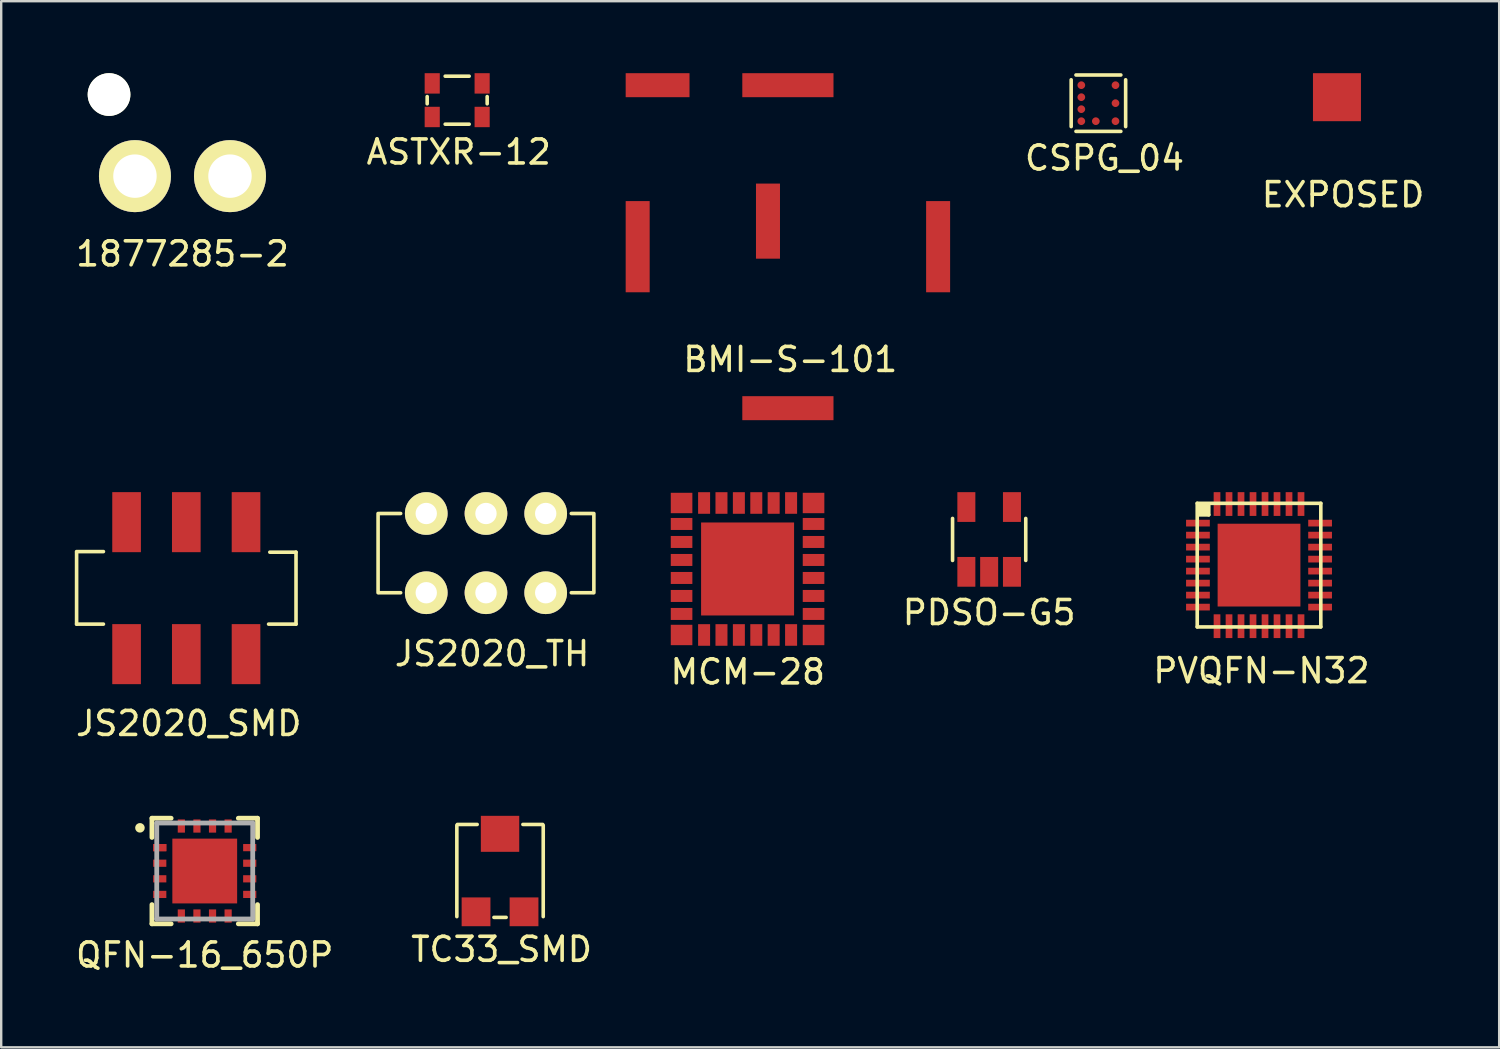
<source format=kicad_pcb>
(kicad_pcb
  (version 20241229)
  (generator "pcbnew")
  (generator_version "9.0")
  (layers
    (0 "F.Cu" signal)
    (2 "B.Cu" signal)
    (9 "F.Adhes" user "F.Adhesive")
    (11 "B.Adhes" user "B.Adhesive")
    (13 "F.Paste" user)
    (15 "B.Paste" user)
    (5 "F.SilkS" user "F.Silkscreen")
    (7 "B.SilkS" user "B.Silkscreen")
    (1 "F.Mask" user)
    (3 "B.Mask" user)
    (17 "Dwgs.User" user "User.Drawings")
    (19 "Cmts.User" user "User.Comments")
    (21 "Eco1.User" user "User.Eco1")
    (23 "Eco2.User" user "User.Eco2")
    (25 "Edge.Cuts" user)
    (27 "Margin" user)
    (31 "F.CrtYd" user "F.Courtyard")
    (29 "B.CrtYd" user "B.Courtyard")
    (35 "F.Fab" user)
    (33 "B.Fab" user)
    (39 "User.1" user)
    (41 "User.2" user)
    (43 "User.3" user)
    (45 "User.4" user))
  (footprint "EXPOSED"
    (layer "F.Cu")
    (at 52.665 1)
    (property "Reference" "EXPOSED" (at 0.254 4.064 0) (layer "F.SilkS") (effects (font (size 1 1) (thickness 0.15))))
    (attr through_hole)
    (pad "1" smd rect (at 0 0) (size 2 2) (layers "F.Cu" "F.Mask")))
  (footprint "1877285-2"
    (layer "F.Cu")
    (at 4.554 4.29)
    (property "Reference" "1877285-2" (at 0 3.239 0) (layer "F.SilkS") (effects (font (size 1 1) (thickness 0.15))))
    (attr through_hole)
    (pad "" np_thru_hole circle (at -3.06 -3.4) (size 1.78 1.78) (drill 1.78) (layers "*.Cu" "*.Mask" "F.SilkS"))
    (pad "1" thru_hole circle (at -1.98 0) (size 3 3) (drill 1.81) (layers "*.Cu" "*.Mask" "F.SilkS"))
    (pad "2" thru_hole circle (at 1.98 0) (size 3 3) (drill 1.81) (layers "*.Cu" "*.Mask" "F.SilkS")))
  (footprint "JS2020_TH"
    (layer "F.Cu")
    (at 17.202 20)
    (property "Reference" "JS2020_TH" (at 0.254 4.191 0) (layer "F.SilkS") (effects (font (size 1 1) (thickness 0.15))))
    (attr through_hole)
    (fp_line (start -4.496 -1.651) (end -4.496 1.651) (stroke (width 0.15) (type solid)) (layer "F.SilkS"))
    (fp_line (start -3.556 -1.651) (end -4.445 -1.651) (stroke (width 0.15) (type solid)) (layer "F.SilkS"))
    (fp_line (start -3.556 1.651) (end -4.445 1.651) (stroke (width 0.15) (type solid)) (layer "F.SilkS"))
    (fp_line (start 3.556 -1.651) (end 4.445 -1.651) (stroke (width 0.15) (type solid)) (layer "F.SilkS"))
    (fp_line (start 3.556 1.651) (end 4.445 1.651) (stroke (width 0.15) (type solid)) (layer "F.SilkS"))
    (fp_line (start 4.496 -1.651) (end 4.496 1.651) (stroke (width 0.15) (type solid)) (layer "F.SilkS"))
    (pad "1" thru_hole circle (at -2.489 1.651) (size 1.778 1.778) (drill 0.889) (layers "*.Cu" "*.Mask" "F.SilkS"))
    (pad "2" thru_hole circle (at 0 1.651) (size 1.778 1.778) (drill 0.889) (layers "*.Cu" "*.Mask" "F.SilkS"))
    (pad "3" thru_hole circle (at 2.489 1.651) (size 1.778 1.778) (drill 0.889) (layers "*.Cu" "*.Mask" "F.SilkS"))
    (pad "4" thru_hole circle (at -2.489 -1.651) (size 1.778 1.778) (drill 0.889) (layers "*.Cu" "*.Mask" "F.SilkS"))
    (pad "5" thru_hole circle (at 0 -1.651) (size 1.778 1.778) (drill 0.889) (layers "*.Cu" "*.Mask" "F.SilkS"))
    (pad "6" thru_hole circle (at 2.489 -1.651) (size 1.778 1.778) (drill 0.889) (layers "*.Cu" "*.Mask" "F.SilkS")))
  (footprint "TC33_SMD"
    (layer "F.Cu")
    (at 17.788 33.148)
    (property "Reference" "TC33_SMD" (at 0.064 3.365 0) (layer "F.SilkS") (effects (font (size 1 1) (thickness 0.15))))
    (attr through_hole)
    (fp_line (start -1.8 2) (end -1.8 -1.8) (stroke (width 0.15) (type solid)) (layer "F.SilkS"))
    (fp_line (start -0.953 -1.841) (end -1.778 -1.841) (stroke (width 0.15) (type solid)) (layer "F.SilkS"))
    (fp_line (start -0.254 2.032) (end 0.254 2.032) (stroke (width 0.15) (type solid)) (layer "F.SilkS"))
    (fp_line (start 0.953 -1.841) (end 1.778 -1.841) (stroke (width 0.15) (type solid)) (layer "F.SilkS"))
    (fp_line (start 1.8 2) (end 1.8 -1.8) (stroke (width 0.15) (type solid)) (layer "F.SilkS"))
    (pad "1" smd rect (at -1 1.8) (size 1.2 1.2) (layers "F.Cu" "F.Mask" "F.Paste"))
    (pad "2" smd rect (at 0 -1.45) (size 1.6 1.5) (layers "F.Cu" "F.Mask" "F.Paste"))
    (pad "3" smd rect (at 1 1.8) (size 1.2 1.2) (layers "F.Cu" "F.Mask" "F.Paste")))
  (footprint "PVQFN-N32"
    (layer "F.Cu")
    (at 49.417 20.5)
    (property "Reference" "PVQFN-N32" (at 0.1 4.4 0) (layer "F.SilkS") (effects (font (size 1 1) (thickness 0.15))))
    (attr through_hole)
    (fp_line (start -2.575 -2.575) (end -2.575 2.575) (stroke (width 0.15) (type solid)) (layer "F.SilkS"))
    (fp_line (start -2.575 -2.575) (end 2.575 -2.575) (stroke (width 0.15) (type solid)) (layer "F.SilkS"))
    (fp_line (start -2.575 2.575) (end 2.575 2.575) (stroke (width 0.15) (type solid)) (layer "F.SilkS"))
    (fp_line (start -2.477 -2.54) (end -2.477 -2.159) (stroke (width 0.15) (type solid)) (layer "F.SilkS"))
    (fp_line (start -2.477 -2.159) (end -2.223 -2.159) (stroke (width 0.15) (type solid)) (layer "F.SilkS"))
    (fp_line (start -2.349 -2.477) (end -2.349 -2.223) (stroke (width 0.15) (type solid)) (layer "F.SilkS"))
    (fp_line (start -2.223 -2.477) (end -2.349 -2.477) (stroke (width 0.15) (type solid)) (layer "F.SilkS"))
    (fp_line (start -2.223 -2.159) (end -2.223 -2.477) (stroke (width 0.15) (type solid)) (layer "F.SilkS"))
    (fp_line (start -2.095 -2.54) (end -2.095 -2.095) (stroke (width 0.15) (type solid)) (layer "F.SilkS"))
    (fp_line (start -2.095 -2.095) (end -2.54 -2.095) (stroke (width 0.15) (type solid)) (layer "F.SilkS"))
    (fp_line (start 2.575 -2.575) (end 2.575 2.575) (stroke (width 0.15) (type solid)) (layer "F.SilkS"))
    (pad "1" smd rect (at -2.545 -1.75) (size 0.99 0.28) (layers "F.Cu" "F.Mask" "F.Paste"))
    (pad "1" smd rect (at 0.875 0.875) (size 1.524 1.524) (layers "F.Cu" "F.Paste"))
    (pad "2" smd rect (at -2.545 -1.25) (size 0.99 0.28) (layers "F.Cu" "F.Mask" "F.Paste"))
    (pad "3" smd rect (at -2.545 -0.75) (size 0.99 0.28) (layers "F.Cu" "F.Mask" "F.Paste"))
    (pad "4" smd rect (at -2.545 -0.25) (size 0.99 0.28) (layers "F.Cu" "F.Mask" "F.Paste"))
    (pad "5" smd rect (at -2.545 0.25) (size 0.99 0.28) (layers "F.Cu" "F.Mask" "F.Paste"))
    (pad "6" smd rect (at -2.545 0.75) (size 0.99 0.28) (layers "F.Cu" "F.Mask" "F.Paste"))
    (pad "7" smd rect (at -2.545 1.25) (size 0.99 0.28) (layers "F.Cu" "F.Mask" "F.Paste"))
    (pad "8" smd rect (at -2.545 1.75) (size 0.99 0.28) (layers "F.Cu" "F.Mask" "F.Paste"))
    (pad "9" smd rect (at -1.75 2.545) (size 0.28 0.99) (layers "F.Cu" "F.Mask" "F.Paste"))
    (pad "10" smd rect (at -1.25 2.545) (size 0.28 0.99) (layers "F.Cu" "F.Mask" "F.Paste"))
    (pad "11" smd rect (at -0.75 2.545) (size 0.28 0.99) (layers "F.Cu" "F.Mask" "F.Paste"))
    (pad "12" smd rect (at -0.25 2.545) (size 0.28 0.99) (layers "F.Cu" "F.Mask" "F.Paste"))
    (pad "13" smd rect (at 0.25 2.545) (size 0.28 0.99) (layers "F.Cu" "F.Mask" "F.Paste"))
    (pad "14" smd rect (at 0.75 2.545) (size 0.28 0.99) (layers "F.Cu" "F.Mask" "F.Paste"))
    (pad "15" smd rect (at 1.25 2.545) (size 0.28 0.99) (layers "F.Cu" "F.Mask" "F.Paste"))
    (pad "16" smd rect (at 1.75 2.545) (size 0.28 0.99) (layers "F.Cu" "F.Mask" "F.Paste"))
    (pad "17" smd rect (at 2.545 1.75) (size 0.99 0.28) (layers "F.Cu" "F.Mask" "F.Paste"))
    (pad "18" smd rect (at 2.545 1.25) (size 0.99 0.28) (layers "F.Cu" "F.Mask" "F.Paste"))
    (pad "19" smd rect (at 2.545 0.75) (size 0.99 0.28) (layers "F.Cu" "F.Mask" "F.Paste"))
    (pad "20" smd rect (at 2.545 0.25) (size 0.99 0.28) (layers "F.Cu" "F.Mask" "F.Paste"))
    (pad "21" smd rect (at 2.545 -0.25) (size 0.99 0.28) (layers "F.Cu" "F.Mask" "F.Paste"))
    (pad "22" smd rect (at 2.545 -0.75) (size 0.99 0.28) (layers "F.Cu" "F.Mask" "F.Paste"))
    (pad "23" smd rect (at 2.545 -1.25) (size 0.99 0.28) (layers "F.Cu" "F.Mask" "F.Paste"))
    (pad "24" smd rect (at 2.545 -1.75) (size 0.99 0.28) (layers "F.Cu" "F.Mask" "F.Paste"))
    (pad "25" smd rect (at 1.75 -2.545) (size 0.28 0.99) (layers "F.Cu" "F.Mask" "F.Paste"))
    (pad "26" smd rect (at 1.25 -2.545) (size 0.28 0.99) (layers "F.Cu" "F.Mask" "F.Paste"))
    (pad "27" smd rect (at 0.75 -2.545) (size 0.28 0.99) (layers "F.Cu" "F.Mask" "F.Paste"))
    (pad "28" smd rect (at 0.25 -2.545) (size 0.28 0.99) (layers "F.Cu" "F.Mask" "F.Paste"))
    (pad "29" smd rect (at -0.25 -2.545) (size 0.28 0.99) (layers "F.Cu" "F.Mask" "F.Paste"))
    (pad "30" smd rect (at -0.75 -2.545) (size 0.28 0.99) (layers "F.Cu" "F.Mask" "F.Paste"))
    (pad "31" smd rect (at -1.25 -2.545) (size 0.28 0.99) (layers "F.Cu" "F.Mask" "F.Paste"))
    (pad "32" smd rect (at -1.75 -2.545) (size 0.28 0.99) (layers "F.Cu" "F.Mask" "F.Paste"))
    (pad "33" smd rect (at 0 0) (size 3.45 3.45) (layers "F.Cu")))
  (footprint "QFN-16_650P"
    (layer "F.Cu")
    (at 5.482 33.248)
    (property "Reference" "QFN-16_650P" (at 0 3.5 0) (layer "F.SilkS") (effects (font (size 1 1) (thickness 0.15))))
    (attr through_hole)
    (fp_line (start -2.2 -2.2) (end -2.2 -1.4) (stroke (width 0.2) (type solid)) (layer "F.SilkS"))
    (fp_line (start -2.2 2.2) (end -2.2 1.4) (stroke (width 0.2) (type solid)) (layer "F.SilkS"))
    (fp_line (start -1.4 -2.2) (end -2.2 -2.2) (stroke (width 0.2) (type solid)) (layer "F.SilkS"))
    (fp_line (start -1.4 2.2) (end -2.2 2.2) (stroke (width 0.2) (type solid)) (layer "F.SilkS"))
    (fp_line (start 1.4 -2.2) (end 2.2 -2.2) (stroke (width 0.2) (type solid)) (layer "F.SilkS"))
    (fp_line (start 1.4 2.2) (end 2.2 2.2) (stroke (width 0.2) (type solid)) (layer "F.SilkS"))
    (fp_line (start 2.2 -2.2) (end 2.2 -1.4) (stroke (width 0.2) (type solid)) (layer "F.SilkS"))
    (fp_line (start 2.2 2.2) (end 2.2 1.4) (stroke (width 0.2) (type solid)) (layer "F.SilkS"))
    (fp_circle (center -2.7 -1.8) (end -2.8 -1.8) (stroke (width 0.2) (type solid)) (fill no) (layer "F.SilkS"))
    (fp_line (start -2 -2) (end 2 -2) (stroke (width 0.2) (type solid)) (layer "F.Fab"))
    (fp_line (start -2 2) (end -2 -2) (stroke (width 0.2) (type solid)) (layer "F.Fab"))
    (fp_line (start 2 -2) (end 2 2) (stroke (width 0.2) (type solid)) (layer "F.Fab"))
    (fp_line (start 2 2) (end -2 2) (stroke (width 0.2) (type solid)) (layer "F.Fab"))
    (pad "1" smd rect (at -1.875 -0.975) (size 0.55 0.3) (layers "F.Cu" "F.Mask" "F.Paste"))
    (pad "1" smd rect (at -1.875 -0.975) (size 0.55 0.3) (layers "F.Cu" "F.Mask" "F.Paste"))
    (pad "2" smd rect (at -1.875 -0.325) (size 0.55 0.3) (layers "F.Cu" "F.Mask" "F.Paste"))
    (pad "3" smd rect (at -1.875 0.325) (size 0.55 0.3) (layers "F.Cu" "F.Mask" "F.Paste"))
    (pad "4" smd rect (at -1.875 0.975) (size 0.55 0.3) (layers "F.Cu" "F.Mask" "F.Paste"))
    (pad "5" smd rect (at -0.975 1.875 90) (size 0.55 0.3) (layers "F.Cu" "F.Mask" "F.Paste"))
    (pad "6" smd rect (at -0.325 1.875 90) (size 0.55 0.3) (layers "F.Cu" "F.Mask" "F.Paste"))
    (pad "7" smd rect (at 0.325 1.875 90) (size 0.55 0.3) (layers "F.Cu" "F.Mask" "F.Paste"))
    (pad "8" smd rect (at 0.975 1.875 90) (size 0.55 0.3) (layers "F.Cu" "F.Mask" "F.Paste"))
    (pad "9" smd rect (at 1.875 0.975) (size 0.55 0.3) (layers "F.Cu" "F.Mask" "F.Paste"))
    (pad "10" smd rect (at 1.875 0.325) (size 0.55 0.3) (layers "F.Cu" "F.Mask" "F.Paste"))
    (pad "11" smd rect (at 1.875 -0.325) (size 0.55 0.3) (layers "F.Cu" "F.Mask" "F.Paste"))
    (pad "12" smd rect (at 1.875 -0.975) (size 0.55 0.3) (layers "F.Cu" "F.Mask" "F.Paste"))
    (pad "13" smd rect (at 0.975 -1.875 90) (size 0.55 0.3) (layers "F.Cu" "F.Mask" "F.Paste"))
    (pad "14" smd rect (at 0.325 -1.875 90) (size 0.55 0.3) (layers "F.Cu" "F.Mask" "F.Paste"))
    (pad "15" smd rect (at -0.325 -1.875 90) (size 0.55 0.3) (layers "F.Cu" "F.Mask" "F.Paste"))
    (pad "16" smd rect (at -0.975 -1.875 90) (size 0.55 0.3) (layers "F.Cu" "F.Mask" "F.Paste"))
    (pad "17" smd rect (at 0 0 90) (size 2.7 2.7) (layers "F.Cu" "F.Mask" "F.Paste")))
  (footprint "ASTXR-12"
    (layer "F.Cu")
    (at 16.002 1.125)
    (property "Reference" "ASTXR-12" (at 0.064 2.159 0) (layer "F.SilkS") (effects (font (size 1 1) (thickness 0.15))))
    (attr through_hole)
    (fp_line (start -1.25 0.15) (end -1.25 -0.15) (stroke (width 0.15) (type solid)) (layer "F.SilkS"))
    (fp_line (start -0.5 -1) (end 0.5 -1) (stroke (width 0.15) (type solid)) (layer "F.SilkS"))
    (fp_line (start -0.5 1) (end 0.5 1) (stroke (width 0.15) (type solid)) (layer "F.SilkS"))
    (fp_line (start 1.25 0.15) (end 1.25 -0.15) (stroke (width 0.15) (type solid)) (layer "F.SilkS"))
    (pad "1" smd rect (at -1.04 0.7) (size 0.63 0.85) (layers "F.Cu" "F.Mask" "F.Paste"))
    (pad "3" smd rect (at 1.04 0.7) (size 0.63 0.85) (layers "F.Cu" "F.Mask" "F.Paste"))
    (pad "4" smd rect (at 1.04 -0.7) (size 0.63 0.85) (layers "F.Cu" "F.Mask" "F.Paste"))
    (pad "6" smd rect (at -1.04 -0.7) (size 0.63 0.85) (layers "F.Cu" "F.Mask" "F.Paste")))
  (footprint "PDSO-G5"
    (layer "F.Cu")
    (at 38.171 19.43)
    (property "Reference" "PDSO-G5" (at 0 3.048 0) (layer "F.SilkS") (effects (font (size 1 1) (thickness 0.15))))
    (attr through_hole)
    (fp_line (start -1.525 -0.875) (end -1.525 0.875) (stroke (width 0.15) (type solid)) (layer "F.SilkS"))
    (fp_line (start 1.525 -0.875) (end 1.525 0.875) (stroke (width 0.15) (type solid)) (layer "F.SilkS"))
    (pad "1" smd rect (at -0.95 1.35) (size 0.75 1.24) (layers "F.Cu" "F.Mask" "F.Paste"))
    (pad "2" smd rect (at 0 1.35) (size 0.75 1.24) (layers "F.Cu" "F.Mask" "F.Paste"))
    (pad "2" smd rect (at 0.95 -1.35) (size 0.75 1.24) (layers "F.Cu" "F.Mask" "F.Paste"))
    (pad "3" smd rect (at 0.95 1.35) (size 0.75 1.24) (layers "F.Cu" "F.Mask" "F.Paste"))
    (pad "4" smd rect (at -0.95 -1.35) (size 0.75 1.24) (layers "F.Cu" "F.Mask" "F.Paste")))
  (footprint "MCM-28"
    (layer "F.Cu")
    (at 28.133 20.68)
    (property "Reference" "MCM-28" (at -0.021 4.271 180) (layer "F.SilkS") (effects (font (size 1 1) (thickness 0.15))))
    (attr through_hole)
    (pad "1" smd rect (at -2.78 -2.769) (size 0.9 0.85) (layers "F.Cu" "F.Mask" "F.Paste"))
    (pad "2" smd rect (at -2.78 -1.895 90) (size 0.5 0.9) (layers "F.Cu" "F.Mask" "F.Paste"))
    (pad "3" smd rect (at -2.78 -1.145 90) (size 0.5 0.9) (layers "F.Cu" "F.Mask" "F.Paste"))
    (pad "4" smd rect (at -2.78 -0.395 90) (size 0.5 0.9) (layers "F.Cu" "F.Mask" "F.Paste"))
    (pad "5" smd rect (at -2.78 0.355 90) (size 0.5 0.9) (layers "F.Cu" "F.Mask" "F.Paste"))
    (pad "6" smd rect (at -2.78 1.105 90) (size 0.5 0.9) (layers "F.Cu" "F.Mask" "F.Paste"))
    (pad "7" smd rect (at -2.78 1.855 90) (size 0.5 0.9) (layers "F.Cu" "F.Mask" "F.Paste"))
    (pad "8" smd rect (at -2.78 2.731) (size 0.9 0.85) (layers "F.Cu" "F.Mask" "F.Paste"))
    (pad "9" smd rect (at -1.841 2.731) (size 0.5 0.9) (layers "F.Cu" "F.Mask" "F.Paste"))
    (pad "10" smd rect (at -1.117 2.731) (size 0.5 0.9) (layers "F.Cu" "F.Mask" "F.Paste"))
    (pad "11" smd rect (at -0.392 2.731) (size 0.5 0.9) (layers "F.Cu" "F.Mask" "F.Paste"))
    (pad "12" smd rect (at 0.334 2.731) (size 0.5 0.9) (layers "F.Cu" "F.Mask" "F.Paste"))
    (pad "13" smd rect (at 1.058 2.731) (size 0.5 0.9) (layers "F.Cu" "F.Mask" "F.Paste"))
    (pad "14" smd rect (at 1.784 2.731) (size 0.5 0.9) (layers "F.Cu" "F.Mask" "F.Paste"))
    (pad "15" smd rect (at 2.72 2.731) (size 0.9 0.85) (layers "F.Cu" "F.Mask" "F.Paste"))
    (pad "16" smd rect (at 2.72 1.855 90) (size 0.5 0.9) (layers "F.Cu" "F.Mask" "F.Paste"))
    (pad "17" smd rect (at 2.72 1.105 90) (size 0.5 0.9) (layers "F.Cu" "F.Mask" "F.Paste"))
    (pad "18" smd rect (at 2.72 0.355 90) (size 0.5 0.9) (layers "F.Cu" "F.Mask" "F.Paste"))
    (pad "19" smd rect (at 2.72 -0.395 90) (size 0.5 0.9) (layers "F.Cu" "F.Mask" "F.Paste"))
    (pad "20" smd rect (at 2.72 -1.145 90) (size 0.5 0.9) (layers "F.Cu" "F.Mask" "F.Paste"))
    (pad "21" smd rect (at 2.72 -1.895 90) (size 0.5 0.9) (layers "F.Cu" "F.Mask" "F.Paste"))
    (pad "22" smd rect (at 2.72 -2.769) (size 0.9 0.85) (layers "F.Cu" "F.Mask" "F.Paste"))
    (pad "23" smd rect (at 1.784 -2.769) (size 0.5 0.9) (layers "F.Cu" "F.Mask" "F.Paste"))
    (pad "24" smd rect (at 1.058 -2.769) (size 0.5 0.9) (layers "F.Cu" "F.Mask" "F.Paste"))
    (pad "25" smd rect (at 0.334 -2.769) (size 0.5 0.9) (layers "F.Cu" "F.Mask" "F.Paste"))
    (pad "26" smd rect (at -0.392 -2.769) (size 0.5 0.9) (layers "F.Cu" "F.Mask" "F.Paste"))
    (pad "27" smd rect (at -1.117 -2.769) (size 0.5 0.9) (layers "F.Cu" "F.Mask" "F.Paste"))
    (pad "28" smd rect (at -1.841 -2.769) (size 0.5 0.9) (layers "F.Cu" "F.Mask" "F.Paste"))
    (pad "29" smd rect (at -0.029 -0.019) (size 3.875 3.875) (layers "F.Cu" "F.Mask" "F.Paste")))
  (footprint "JS2020_SMD"
    (layer "F.Cu")
    (at 4.714 21.46)
    (property "Reference" "JS2020_SMD" (at 0.102 5.639 0) (layer "F.SilkS") (effects (font (size 1 1) (thickness 0.15))))
    (attr through_hole)
    (fp_line (start -4.572 -1.524) (end -3.454 -1.524) (stroke (width 0.15) (type solid)) (layer "F.SilkS"))
    (fp_line (start -4.572 -1.499) (end -4.572 1.499) (stroke (width 0.15) (type solid)) (layer "F.SilkS"))
    (fp_line (start -4.572 1.499) (end -3.454 1.499) (stroke (width 0.15) (type solid)) (layer "F.SilkS"))
    (fp_line (start 4.572 -1.499) (end 3.48 -1.499) (stroke (width 0.15) (type solid)) (layer "F.SilkS"))
    (fp_line (start 4.572 -1.499) (end 4.572 1.499) (stroke (width 0.15) (type solid)) (layer "F.SilkS"))
    (fp_line (start 4.572 1.499) (end 3.429 1.499) (stroke (width 0.15) (type solid)) (layer "F.SilkS"))
    (pad "1" smd rect (at -2.489 2.75) (size 1.194 2.502) (layers "F.Cu" "F.Mask" "F.Paste"))
    (pad "2" smd rect (at 0 2.75) (size 1.194 2.502) (layers "F.Cu" "F.Mask" "F.Paste"))
    (pad "3" smd rect (at 2.489 2.75) (size 1.194 2.502) (layers "F.Cu" "F.Mask" "F.Paste"))
    (pad "4" smd rect (at -2.489 -2.75) (size 1.194 2.502) (layers "F.Cu" "F.Mask" "F.Paste"))
    (pad "5" smd rect (at 0 -2.75) (size 1.194 2.502) (layers "F.Cu" "F.Mask" "F.Paste"))
    (pad "6" smd rect (at 2.489 -2.75) (size 1.194 2.502) (layers "F.Cu" "F.Mask" "F.Paste")))
  (footprint "BMI-S-101"
    (layer "F.Cu")
    (at 29.784 7.23)
    (property "Reference" "BMI-S-101" (at 0.1 4.7 0) (layer "F.SilkS") (effects (font (size 1 1) (thickness 0.15))))
    (attr through_hole)
    (pad "1" smd rect (at -5.43 -6.73) (size 2.66 1) (layers "F.Cu" "F.Mask" "F.Paste"))
    (pad "2" smd rect (at -0.83 -1.065) (size 1 3.13) (layers "F.Cu" "F.Mask" "F.Paste"))
    (pad "3" smd rect (at -6.26 0) (size 1 3.8) (layers "F.Cu" "F.Mask" "F.Paste"))
    (pad "3" smd rect (at 0 -6.73) (size 3.8 1) (layers "F.Cu" "F.Mask" "F.Paste"))
    (pad "3" smd rect (at 0 6.73) (size 3.8 1) (layers "F.Cu" "F.Mask" "F.Paste"))
    (pad "3" smd rect (at 6.26 0) (size 1 3.8) (layers "F.Cu" "F.Mask" "F.Paste")))
  (footprint "CSPG_04"
    (layer "F.Cu")
    (at 42.724 1.25)
    (property "Reference" "CSPG_04" (at 0.254 2.286 0) (layer "F.SilkS") (effects (font (size 1 1) (thickness 0.15))))
    (attr through_hole)
    (fp_line (start -1.135 -0.975) (end -1.135 0.975) (stroke (width 0.15) (type solid)) (layer "F.SilkS"))
    (fp_line (start -0.935 -1.175) (end 0.935 -1.175) (stroke (width 0.15) (type solid)) (layer "F.SilkS"))
    (fp_line (start -0.935 1.175) (end 0.935 1.175) (stroke (width 0.15) (type solid)) (layer "F.SilkS"))
    (fp_line (start 1.135 -0.975) (end 1.135 0.975) (stroke (width 0.15) (type solid)) (layer "F.SilkS"))
    (pad "A1" smd circle (at 0.712 -0.75) (size 0.32 0.32) (layers "F.Cu" "F.Mask" "F.Paste"))
    (pad "A3" smd circle (at -0.712 -0.75) (size 0.32 0.32) (layers "F.Cu" "F.Mask" "F.Paste"))
    (pad "B3" smd circle (at -0.712 -0.25) (size 0.32 0.32) (layers "F.Cu" "F.Mask" "F.Paste"))
    (pad "C1" smd circle (at 0.712 0) (size 0.32 0.32) (layers "F.Cu" "F.Mask" "F.Paste"))
    (pad "D3" smd circle (at -0.712 0.25) (size 0.32 0.32) (layers "F.Cu" "F.Mask" "F.Paste"))
    (pad "E1" smd circle (at 0.712 0.75) (size 0.32 0.32) (layers "F.Cu" "F.Mask" "F.Paste"))
    (pad "E2" smd circle (at -0.108 0.75) (size 0.32 0.32) (layers "F.Cu" "F.Mask" "F.Paste"))
    (pad "E3" smd circle (at -0.712 0.75) (size 0.32 0.32) (layers "F.Cu" "F.Mask" "F.Paste")))
  (gr_rect
    (start -3 -3)
    (end 59.425 40.596)
    (stroke (width 0.1) (type default))
    (fill no)
    (layer "Edge.Cuts")))
</source>
